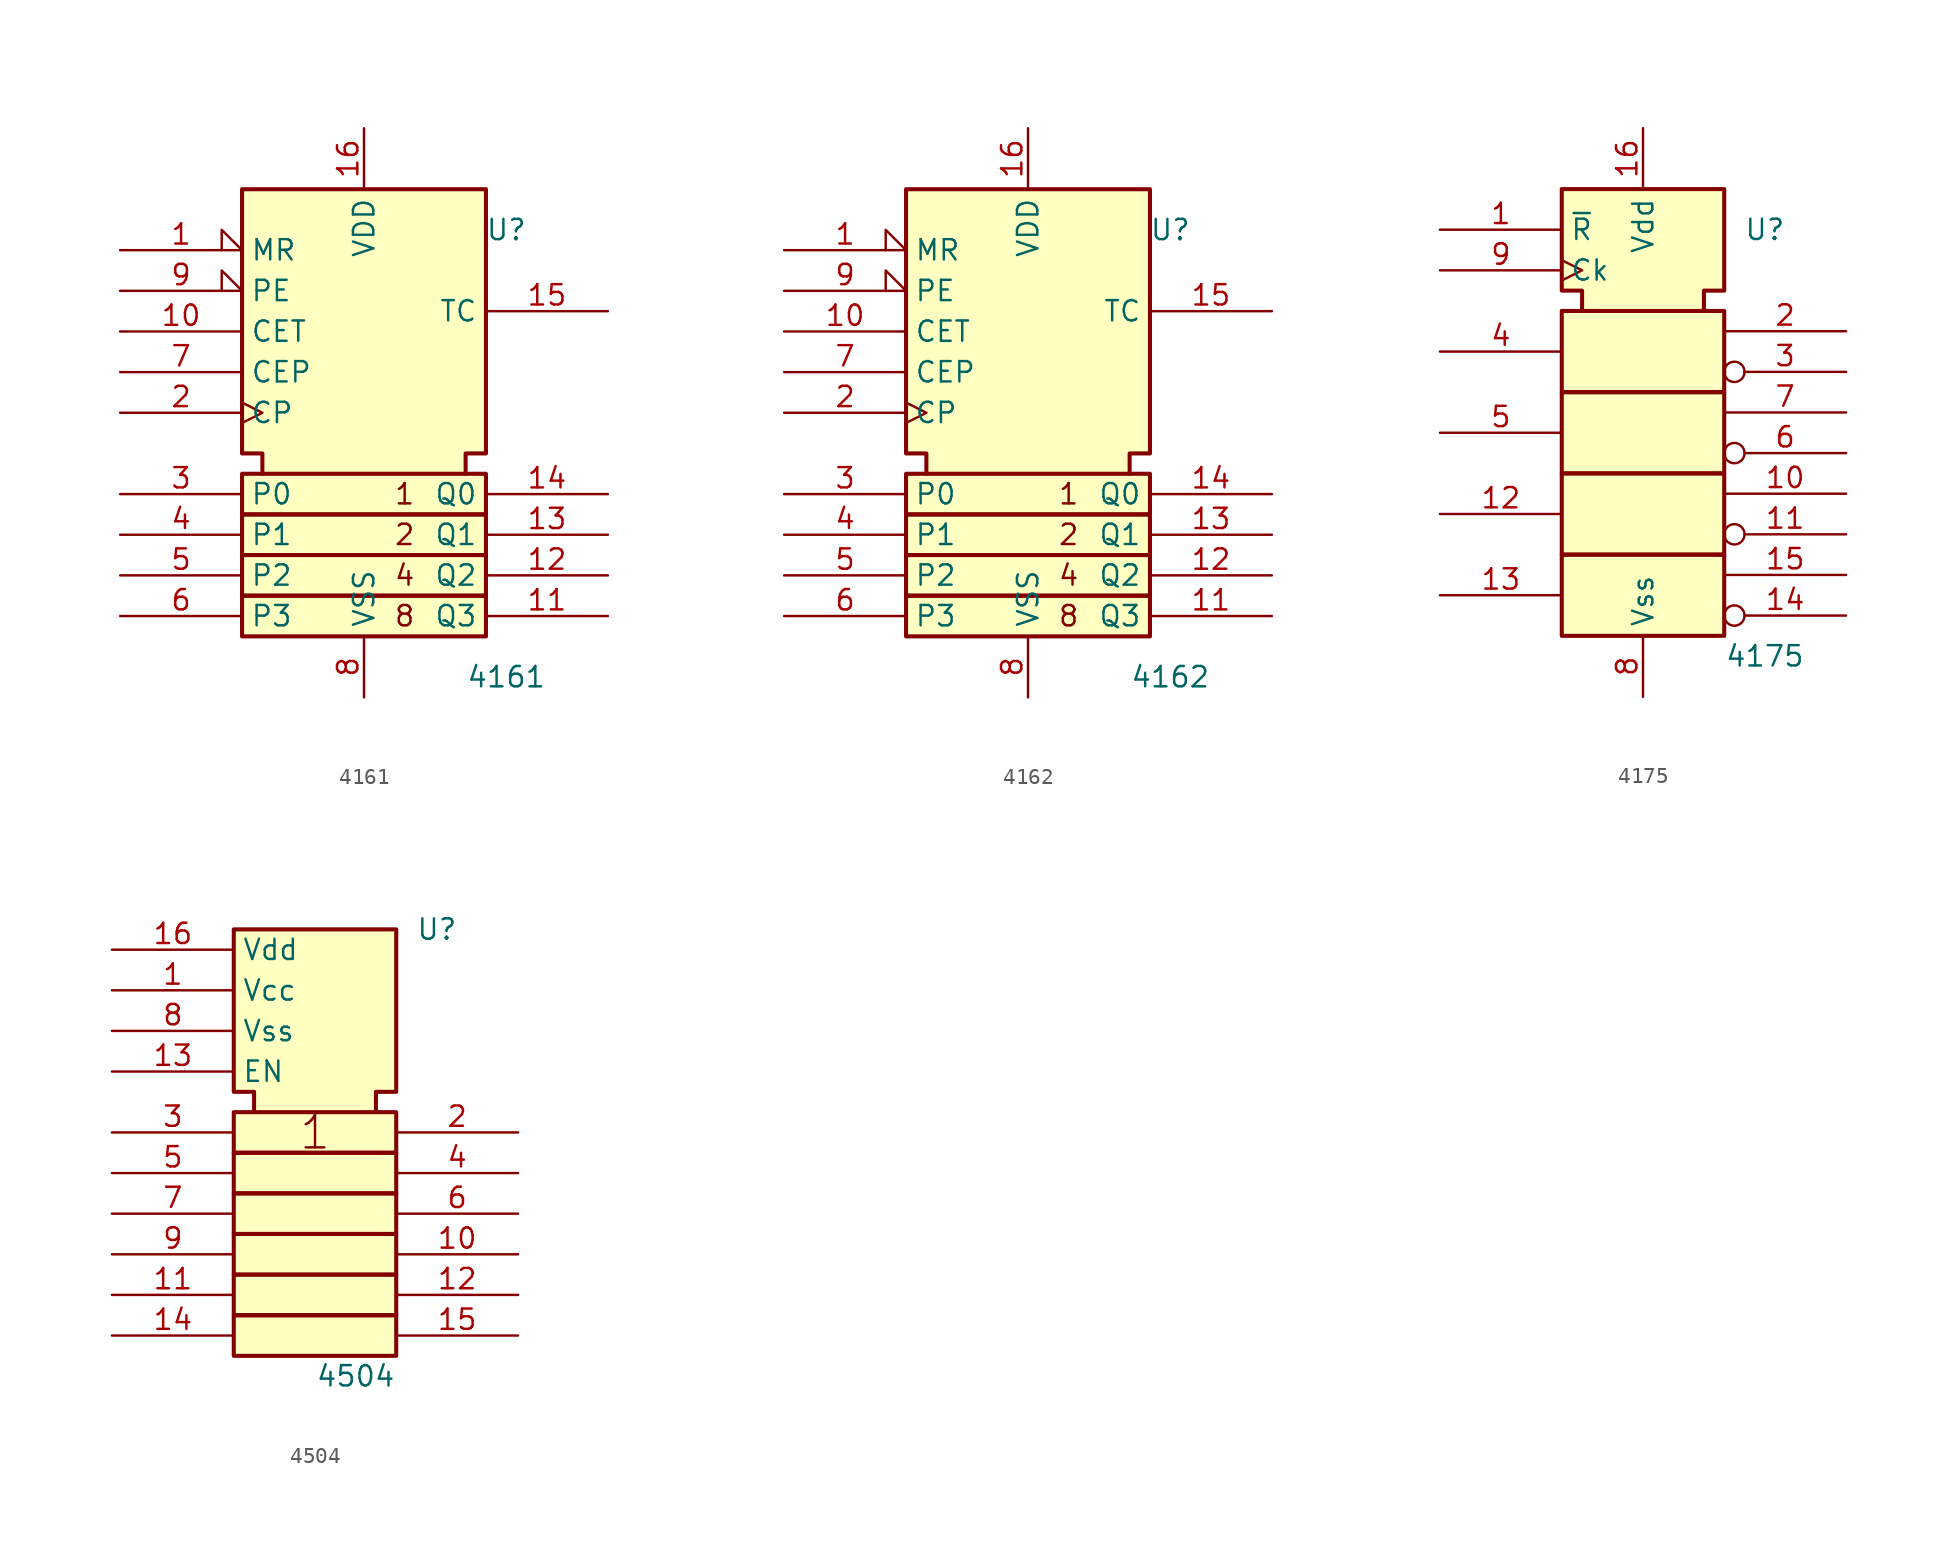
<source format=kicad_sym>
(kicad_symbol_lib
  (version 20241209)
  (generator "kicad_symbol_editor")
  (generator_version "9.0")
  (symbol "4161"
    (property "Reference" "U"
      (at 8.89 8.89 0)
      (effects (font (size 1.27 1.27))))
    (property "Value" "4161"
      (at 8.89 -19.05 0)
      (effects (font (size 1.27 1.27))))
    (symbol "4161_0_0"
      (rectangle (start -7.62 -6.35) (end 7.62 -8.89) (stroke (width 0.254) (type default)) (fill (type background)))
      (rectangle (start -7.62 -8.89) (end 7.62 -11.43) (stroke (width 0.254) (type default)) (fill (type background)))
      (rectangle (start -7.62 -11.43) (end 7.62 -13.97) (stroke (width 0.254) (type default)) (fill (type background)))
      (rectangle (start -7.62 -13.97) (end 7.62 -16.51) (stroke (width 0.254) (type default)) (fill (type background)))
      (polyline (pts (xy -6.35 -6.35) (xy -6.35 -5.08) (xy -7.62 -5.08) (xy -7.62 11.43) (xy 7.62 11.43) (xy 7.62 -5.08) (xy 6.35 -5.08) (xy 6.35 -6.35) (xy 6.35 -6.35)) (stroke (width 0.254) (type default)) (fill (type background)))
      (text "1" (at 2.54 -7.62 0) (effects (font (size 1.27 1.27))))
      (text "2" (at 2.54 -10.16 0) (effects (font (size 1.27 1.27))))
      (text "4" (at 2.54 -12.7 0) (effects (font (size 1.27 1.27))))
      (text "8" (at 2.54 -15.24 0) (effects (font (size 1.27 1.27)))))
    (symbol "4161_1_1"
      (pin input input_low (at -15.24 7.62 0) (length 7.62) (name "MR" (effects (font (size 1.27 1.27)))) (number "1" (effects (font (size 1.27 1.27)))))
      (pin input input_low (at -15.24 5.08 0) (length 7.62) (name "PE" (effects (font (size 1.27 1.27)))) (number "9" (effects (font (size 1.27 1.27)))))
      (pin input line (at -15.24 2.54 0) (length 7.62) (name "CET" (effects (font (size 1.27 1.27)))) (number "10" (effects (font (size 1.27 1.27)))))
      (pin input line (at -15.24 0 0) (length 7.62) (name "CEP" (effects (font (size 1.27 1.27)))) (number "7" (effects (font (size 1.27 1.27)))))
      (pin input clock (at -15.24 -2.54 0) (length 7.62) (name "CP" (effects (font (size 1.27 1.27)))) (number "2" (effects (font (size 1.27 1.27)))))
      (pin input line (at -15.24 -7.62 0) (length 7.62) (name "P0" (effects (font (size 1.27 1.27)))) (number "3" (effects (font (size 1.27 1.27)))))
      (pin input line (at -15.24 -10.16 0) (length 7.62) (name "P1" (effects (font (size 1.27 1.27)))) (number "4" (effects (font (size 1.27 1.27)))))
      (pin input line (at -15.24 -12.7 0) (length 7.62) (name "P2" (effects (font (size 1.27 1.27)))) (number "5" (effects (font (size 1.27 1.27)))))
      (pin input line (at -15.24 -15.24 0) (length 7.62) (name "P3" (effects (font (size 1.27 1.27)))) (number "6" (effects (font (size 1.27 1.27)))))
      (pin power_in line (at 0 15.24 270) (length 3.81) (name "VDD" (effects (font (size 1.27 1.27)))) (number "16" (effects (font (size 1.27 1.27)))))
      (pin power_in line (at 0 -20.32 90) (length 3.81) (name "VSS" (effects (font (size 1.27 1.27)))) (number "8" (effects (font (size 1.27 1.27)))))
      (pin output line (at 15.24 3.81 180) (length 7.62) (name "TC" (effects (font (size 1.27 1.27)))) (number "15" (effects (font (size 1.27 1.27)))))
      (pin output line (at 15.24 -7.62 180) (length 7.62) (name "Q0" (effects (font (size 1.27 1.27)))) (number "14" (effects (font (size 1.27 1.27)))))
      (pin output line (at 15.24 -10.16 180) (length 7.62) (name "Q1" (effects (font (size 1.27 1.27)))) (number "13" (effects (font (size 1.27 1.27)))))
      (pin output line (at 15.24 -12.7 180) (length 7.62) (name "Q2" (effects (font (size 1.27 1.27)))) (number "12" (effects (font (size 1.27 1.27)))))
      (pin output line (at 15.24 -15.24 180) (length 7.62) (name "Q3" (effects (font (size 1.27 1.27)))) (number "11" (effects (font (size 1.27 1.27)))))))
  (symbol "4162"
    (property "Reference" "U"
      (at 8.89 8.89 0)
      (effects (font (size 1.27 1.27))))
    (property "Value" "4162"
      (at 8.89 -19.05 0)
      (effects (font (size 1.27 1.27))))
    (symbol "4162_0_0"
      (rectangle (start -7.62 -6.35) (end 7.62 -8.89) (stroke (width 0.254) (type default)) (fill (type background)))
      (rectangle (start -7.62 -8.89) (end 7.62 -11.43) (stroke (width 0.254) (type default)) (fill (type background)))
      (rectangle (start -7.62 -11.43) (end 7.62 -13.97) (stroke (width 0.254) (type default)) (fill (type background)))
      (rectangle (start -7.62 -13.97) (end 7.62 -16.51) (stroke (width 0.254) (type default)) (fill (type background)))
      (polyline (pts (xy -6.35 -6.35) (xy -6.35 -5.08) (xy -7.62 -5.08) (xy -7.62 11.43) (xy 7.62 11.43) (xy 7.62 -5.08) (xy 6.35 -5.08) (xy 6.35 -6.35) (xy 6.35 -6.35)) (stroke (width 0.254) (type default)) (fill (type background)))
      (text "1" (at 2.54 -7.62 0) (effects (font (size 1.27 1.27))))
      (text "2" (at 2.54 -10.16 0) (effects (font (size 1.27 1.27))))
      (text "4" (at 2.54 -12.7 0) (effects (font (size 1.27 1.27))))
      (text "8" (at 2.54 -15.24 0) (effects (font (size 1.27 1.27)))))
    (symbol "4162_1_1"
      (pin input input_low (at -15.24 7.62 0) (length 7.62) (name "MR" (effects (font (size 1.27 1.27)))) (number "1" (effects (font (size 1.27 1.27)))))
      (pin input input_low (at -15.24 5.08 0) (length 7.62) (name "PE" (effects (font (size 1.27 1.27)))) (number "9" (effects (font (size 1.27 1.27)))))
      (pin input line (at -15.24 2.54 0) (length 7.62) (name "CET" (effects (font (size 1.27 1.27)))) (number "10" (effects (font (size 1.27 1.27)))))
      (pin input line (at -15.24 0 0) (length 7.62) (name "CEP" (effects (font (size 1.27 1.27)))) (number "7" (effects (font (size 1.27 1.27)))))
      (pin input clock (at -15.24 -2.54 0) (length 7.62) (name "CP" (effects (font (size 1.27 1.27)))) (number "2" (effects (font (size 1.27 1.27)))))
      (pin input line (at -15.24 -7.62 0) (length 7.62) (name "P0" (effects (font (size 1.27 1.27)))) (number "3" (effects (font (size 1.27 1.27)))))
      (pin input line (at -15.24 -10.16 0) (length 7.62) (name "P1" (effects (font (size 1.27 1.27)))) (number "4" (effects (font (size 1.27 1.27)))))
      (pin input line (at -15.24 -12.7 0) (length 7.62) (name "P2" (effects (font (size 1.27 1.27)))) (number "5" (effects (font (size 1.27 1.27)))))
      (pin input line (at -15.24 -15.24 0) (length 7.62) (name "P3" (effects (font (size 1.27 1.27)))) (number "6" (effects (font (size 1.27 1.27)))))
      (pin power_in line (at 0 15.24 270) (length 3.81) (name "VDD" (effects (font (size 1.27 1.27)))) (number "16" (effects (font (size 1.27 1.27)))))
      (pin power_in line (at 0 -20.32 90) (length 3.81) (name "VSS" (effects (font (size 1.27 1.27)))) (number "8" (effects (font (size 1.27 1.27)))))
      (pin output line (at 15.24 3.81 180) (length 7.62) (name "TC" (effects (font (size 1.27 1.27)))) (number "15" (effects (font (size 1.27 1.27)))))
      (pin output line (at 15.24 -7.62 180) (length 7.62) (name "Q0" (effects (font (size 1.27 1.27)))) (number "14" (effects (font (size 1.27 1.27)))))
      (pin output line (at 15.24 -10.16 180) (length 7.62) (name "Q1" (effects (font (size 1.27 1.27)))) (number "13" (effects (font (size 1.27 1.27)))))
      (pin output line (at 15.24 -12.7 180) (length 7.62) (name "Q2" (effects (font (size 1.27 1.27)))) (number "12" (effects (font (size 1.27 1.27)))))
      (pin output line (at 15.24 -15.24 180) (length 7.62) (name "Q3" (effects (font (size 1.27 1.27)))) (number "11" (effects (font (size 1.27 1.27)))))))
  (symbol "4175"
    (property "Reference" "U"
      (at 7.62 11.43 0)
      (effects (font (size 1.27 1.27))))
    (property "Value" "4175"
      (at 7.62 -15.24 0)
      (effects (font (size 1.27 1.27))))
    (symbol "4175_0_1"
      (rectangle (start -5.08 1.27) (end 5.08 -3.81) (stroke (width 0.254) (type default)) (fill (type background)))
      (rectangle (start -5.08 -8.89) (end 5.08 -13.97) (stroke (width 0.254) (type default)) (fill (type background)))
      (polyline (pts (xy -3.81 6.35) (xy -3.81 7.62) (xy -5.08 7.62) (xy -5.08 13.97) (xy 5.08 13.97) (xy 5.08 7.62) (xy 3.81 7.62) (xy 3.81 6.35) (xy 3.81 6.35)) (stroke (width 0.254) (type default)) (fill (type background)))
      (rectangle (start 5.08 6.35) (end -5.08 1.27) (stroke (width 0.254) (type default)) (fill (type background)))
      (rectangle (start 5.08 -3.81) (end -5.08 -8.89) (stroke (width 0.254) (type default)) (fill (type background))))
    (symbol "4175_1_0"
      (pin input line (at -12.7 11.43 0) (length 7.62) (name "~{R}" (effects (font (size 1.27 1.27)))) (number "1" (effects (font (size 1.27 1.27)))))
      (pin input clock (at -12.7 8.89 0) (length 7.62) (name "Ck" (effects (font (size 1.27 1.27)))) (number "9" (effects (font (size 1.27 1.27)))))
      (pin input line (at -12.7 3.81 0) (length 7.62) (name "~" (effects (font (size 1.27 1.27)))) (number "4" (effects (font (size 1.27 1.27)))))
      (pin input line (at -12.7 -1.27 0) (length 7.62) (name "~" (effects (font (size 1.27 1.27)))) (number "5" (effects (font (size 1.27 1.27)))))
      (pin input line (at -12.7 -6.35 0) (length 7.62) (name "~" (effects (font (size 1.27 1.27)))) (number "12" (effects (font (size 1.27 1.27)))))
      (pin input line (at -12.7 -11.43 0) (length 7.62) (name "~" (effects (font (size 1.27 1.27)))) (number "13" (effects (font (size 1.27 1.27)))))
      (pin power_in line (at 0 17.78 270) (length 3.81) (name "Vdd" (effects (font (size 1.27 1.27)))) (number "16" (effects (font (size 1.27 1.27)))))
      (pin power_in line (at 0 -17.78 90) (length 3.81) (name "Vss" (effects (font (size 1.27 1.27)))) (number "8" (effects (font (size 1.27 1.27)))))
      (pin output line (at 12.7 5.08 180) (length 7.62) (name "~" (effects (font (size 1.27 1.27)))) (number "2" (effects (font (size 1.27 1.27)))))
      (pin output inverted (at 12.7 2.54 180) (length 7.62) (name "~" (effects (font (size 1.27 1.27)))) (number "3" (effects (font (size 1.27 1.27)))))
      (pin output line (at 12.7 0 180) (length 7.62) (name "~" (effects (font (size 1.27 1.27)))) (number "7" (effects (font (size 1.27 1.27)))))
      (pin output inverted (at 12.7 -2.54 180) (length 7.62) (name "~" (effects (font (size 1.27 1.27)))) (number "6" (effects (font (size 1.27 1.27)))))
      (pin output line (at 12.7 -5.08 180) (length 7.62) (name "~" (effects (font (size 1.27 1.27)))) (number "10" (effects (font (size 1.27 1.27)))))
      (pin output inverted (at 12.7 -7.62 180) (length 7.62) (name "~" (effects (font (size 1.27 1.27)))) (number "11" (effects (font (size 1.27 1.27)))))
      (pin output line (at 12.7 -10.16 180) (length 7.62) (name "~" (effects (font (size 1.27 1.27)))) (number "15" (effects (font (size 1.27 1.27)))))
      (pin output inverted (at 12.7 -12.7 180) (length 7.62) (name "~" (effects (font (size 1.27 1.27)))) (number "14" (effects (font (size 1.27 1.27)))))))
  (symbol "4504"
    (property "Reference" "U"
      (at 7.62 12.7 0)
      (effects (font (size 1.27 1.27))))
    (property "Value" "4504"
      (at 2.54 -15.24 0)
      (effects (font (size 1.27 1.27))))
    (symbol "4504_0_0"
      (rectangle (start -5.08 1.27) (end 5.08 -1.27) (stroke (width 0.254) (type default)) (fill (type background)))
      (rectangle (start -5.08 -1.27) (end 5.08 -3.81) (stroke (width 0.254) (type default)) (fill (type background)))
      (rectangle (start -5.08 -3.81) (end 5.08 -6.35) (stroke (width 0.254) (type default)) (fill (type background)))
      (rectangle (start -5.08 -6.35) (end 5.08 -8.89) (stroke (width 0.254) (type default)) (fill (type background)))
      (rectangle (start -5.08 -8.89) (end 5.08 -11.43) (stroke (width 0.254) (type default)) (fill (type background)))
      (rectangle (start -5.08 -11.43) (end 5.08 -13.97) (stroke (width 0.254) (type default)) (fill (type background)))
      (polyline (pts (xy -3.81 1.27) (xy -3.81 2.54) (xy -5.08 2.54) (xy -5.08 12.7) (xy 5.08 12.7) (xy 5.08 2.54) (xy 3.81 2.54) (xy 3.81 1.27) (xy 3.81 1.27)) (stroke (width 0.254) (type default)) (fill (type background)))
      (text "1" (at 0 0 0) (effects (font (size 2.032 2.032)))))
    (symbol "4504_1_1"
      (pin power_in line (at -12.7 11.43 0) (length 7.62) (name "Vdd" (effects (font (size 1.27 1.27)))) (number "16" (effects (font (size 1.27 1.27)))))
      (pin power_in line (at -12.7 8.89 0) (length 7.62) (name "Vcc" (effects (font (size 1.27 1.27)))) (number "1" (effects (font (size 1.27 1.27)))))
      (pin power_in line (at -12.7 6.35 0) (length 7.62) (name "Vss" (effects (font (size 1.27 1.27)))) (number "8" (effects (font (size 1.27 1.27)))))
      (pin input line (at -12.7 3.81 0) (length 7.62) (name "EN" (effects (font (size 1.27 1.27)))) (number "13" (effects (font (size 1.27 1.27)))))
      (pin input line (at -12.7 0 0) (length 7.62) (name "~" (effects (font (size 1.27 1.27)))) (number "3" (effects (font (size 1.27 1.27)))))
      (pin input line (at -12.7 -2.54 0) (length 7.62) (name "~" (effects (font (size 1.27 1.27)))) (number "5" (effects (font (size 1.27 1.27)))))
      (pin input line (at -12.7 -5.08 0) (length 7.62) (name "~" (effects (font (size 1.27 1.27)))) (number "7" (effects (font (size 1.27 1.27)))))
      (pin input line (at -12.7 -7.62 0) (length 7.62) (name "~" (effects (font (size 1.27 1.27)))) (number "9" (effects (font (size 1.27 1.27)))))
      (pin input line (at -12.7 -10.16 0) (length 7.62) (name "~" (effects (font (size 1.27 1.27)))) (number "11" (effects (font (size 1.27 1.27)))))
      (pin input line (at -12.7 -12.7 0) (length 7.62) (name "~" (effects (font (size 1.27 1.27)))) (number "14" (effects (font (size 1.27 1.27)))))
      (pin output line (at 12.7 0 180) (length 7.62) (name "~" (effects (font (size 1.27 1.27)))) (number "2" (effects (font (size 1.27 1.27)))))
      (pin output line (at 12.7 -2.54 180) (length 7.62) (name "~" (effects (font (size 1.27 1.27)))) (number "4" (effects (font (size 1.27 1.27)))))
      (pin output line (at 12.7 -5.08 180) (length 7.62) (name "~" (effects (font (size 1.27 1.27)))) (number "6" (effects (font (size 1.27 1.27)))))
      (pin output line (at 12.7 -7.62 180) (length 7.62) (name "~" (effects (font (size 1.27 1.27)))) (number "10" (effects (font (size 1.27 1.27)))))
      (pin output line (at 12.7 -10.16 180) (length 7.62) (name "~" (effects (font (size 1.27 1.27)))) (number "12" (effects (font (size 1.27 1.27)))))
      (pin output line (at 12.7 -12.7 180) (length 7.62) (name "~" (effects (font (size 1.27 1.27)))) (number "15" (effects (font (size 1.27 1.27))))))))
</source>
